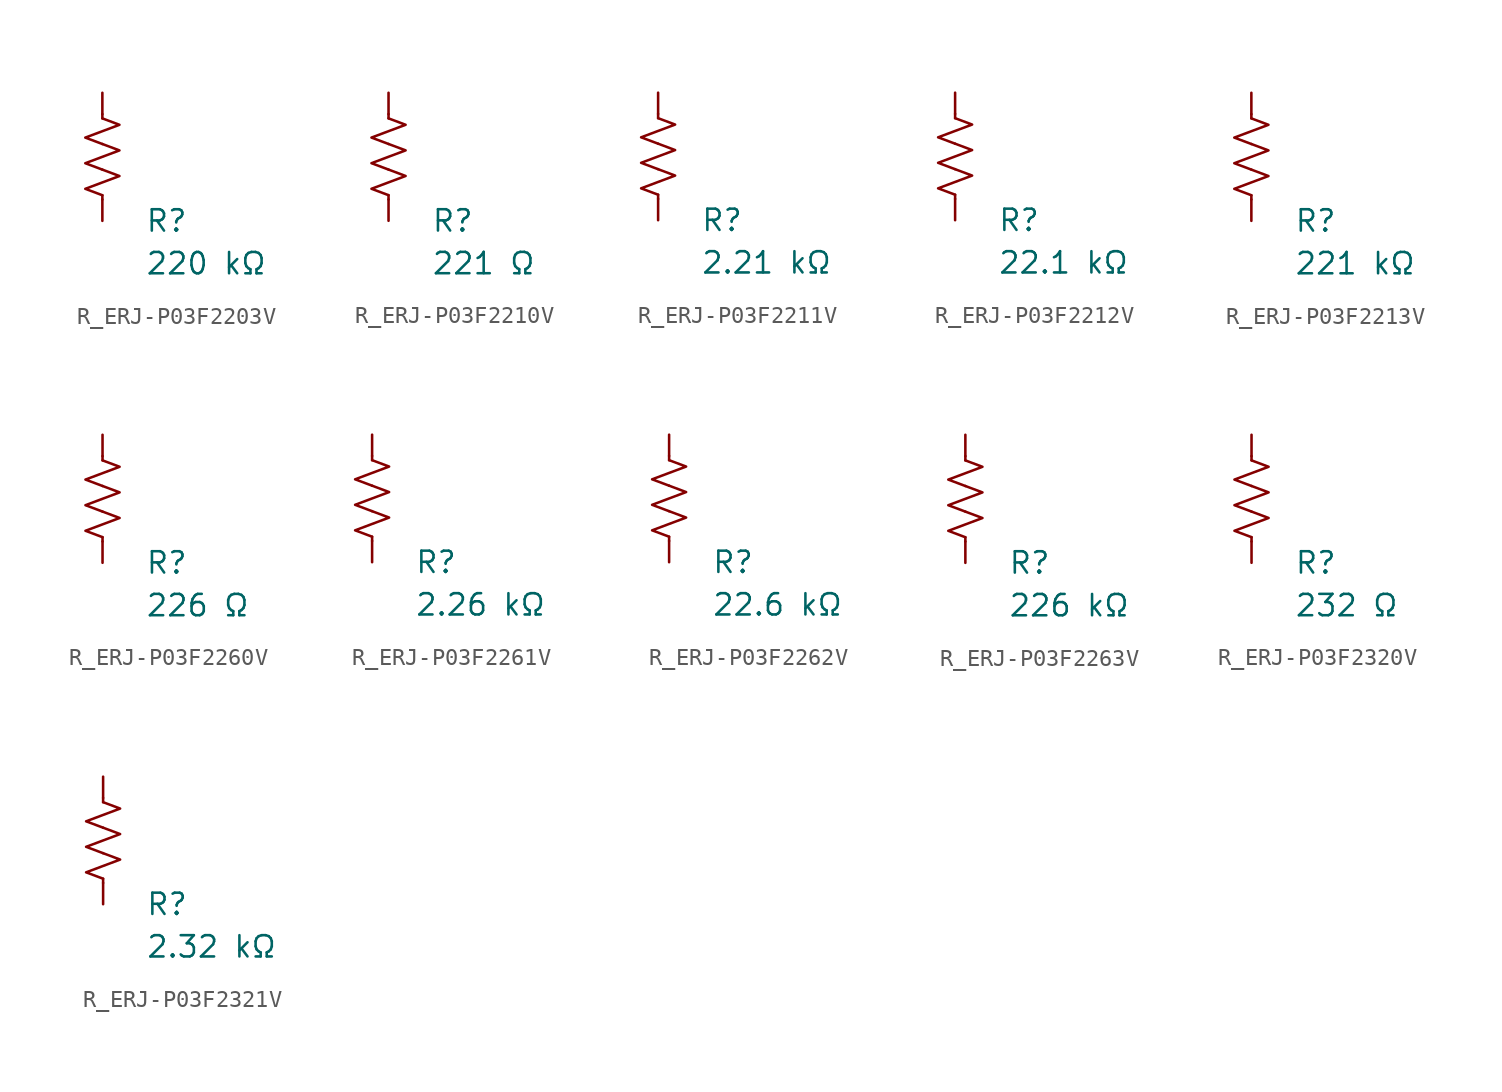
<source format=kicad_sym>
(kicad_symbol_lib
  (version 20231120)
  (generator "kicad_symbol_editor")
  (generator_version "8.0")
  (symbol "R_ERJ-P03F2203V"
    (pin_numbers hide)
    (pin_names
      (offset 0))
    (property "Reference" "R"
      (at 2.54 -3.81 0)
      (effects (font (size 1.27 1.27)) (justify left))
      (show_name no))
    (property "Value" "220 kΩ"
      (at 2.54 -6.35 0)
      (effects (font (size 1.27 1.27)) (justify left))
      (show_name no))
    (symbol "R_ERJ-P03F2203V_0_1"
      (polyline (pts (xy 0 -2.286) (xy 0 -2.54)) (stroke (width 0) (type default)) (fill (type none)))
      (polyline (pts (xy 0 2.286) (xy 0 2.54)) (stroke (width 0) (type default)) (fill (type none)))
      (polyline (pts (xy 0 -0.762) (xy 1.016 -1.143) (xy 0 -1.524) (xy -1.016 -1.905) (xy 0 -2.286)) (stroke (width 0) (type default)) (fill (type none)))
      (polyline (pts (xy 0 0.762) (xy 1.016 0.381) (xy 0 0) (xy -1.016 -0.381) (xy 0 -0.762)) (stroke (width 0) (type default)) (fill (type none)))
      (polyline (pts (xy 0 2.286) (xy 1.016 1.905) (xy 0 1.524) (xy -1.016 1.143) (xy 0 0.762)) (stroke (width 0) (type default)) (fill (type none))))
    (symbol "R_ERJ-P03F2203V_1_1"
      (pin passive line (at 0 3.81 270) (length 1.27) (name "~" (effects (font (size 1.27 1.27)))) (number "1" (effects (font (size 1.27 1.27)))))
      (pin passive line (at 0 -3.81 90) (length 1.27) (name "~" (effects (font (size 1.27 1.27)))) (number "2" (effects (font (size 1.27 1.27)))))))
  (symbol "R_ERJ-P03F2210V"
    (pin_numbers hide)
    (pin_names
      (offset 0))
    (property "Reference" "R"
      (at 2.54 -3.81 0)
      (effects (font (size 1.27 1.27)) (justify left))
      (show_name no))
    (property "Value" "221 Ω"
      (at 2.54 -6.35 0)
      (effects (font (size 1.27 1.27)) (justify left))
      (show_name no))
    (symbol "R_ERJ-P03F2210V_0_1"
      (polyline (pts (xy 0 -2.286) (xy 0 -2.54)) (stroke (width 0) (type default)) (fill (type none)))
      (polyline (pts (xy 0 2.286) (xy 0 2.54)) (stroke (width 0) (type default)) (fill (type none)))
      (polyline (pts (xy 0 -0.762) (xy 1.016 -1.143) (xy 0 -1.524) (xy -1.016 -1.905) (xy 0 -2.286)) (stroke (width 0) (type default)) (fill (type none)))
      (polyline (pts (xy 0 0.762) (xy 1.016 0.381) (xy 0 0) (xy -1.016 -0.381) (xy 0 -0.762)) (stroke (width 0) (type default)) (fill (type none)))
      (polyline (pts (xy 0 2.286) (xy 1.016 1.905) (xy 0 1.524) (xy -1.016 1.143) (xy 0 0.762)) (stroke (width 0) (type default)) (fill (type none))))
    (symbol "R_ERJ-P03F2210V_1_1"
      (pin passive line (at 0 3.81 270) (length 1.27) (name "~" (effects (font (size 1.27 1.27)))) (number "1" (effects (font (size 1.27 1.27)))))
      (pin passive line (at 0 -3.81 90) (length 1.27) (name "~" (effects (font (size 1.27 1.27)))) (number "2" (effects (font (size 1.27 1.27)))))))
  (symbol "R_ERJ-P03F2211V"
    (pin_numbers hide)
    (pin_names
      (offset 0))
    (property "Reference" "R"
      (at 2.54 -3.81 0)
      (effects (font (size 1.27 1.27)) (justify left))
      (show_name no))
    (property "Value" "2.21 kΩ"
      (at 2.54 -6.35 0)
      (effects (font (size 1.27 1.27)) (justify left))
      (show_name no))
    (symbol "R_ERJ-P03F2211V_0_1"
      (polyline (pts (xy 0 -2.286) (xy 0 -2.54)) (stroke (width 0) (type default)) (fill (type none)))
      (polyline (pts (xy 0 2.286) (xy 0 2.54)) (stroke (width 0) (type default)) (fill (type none)))
      (polyline (pts (xy 0 -0.762) (xy 1.016 -1.143) (xy 0 -1.524) (xy -1.016 -1.905) (xy 0 -2.286)) (stroke (width 0) (type default)) (fill (type none)))
      (polyline (pts (xy 0 0.762) (xy 1.016 0.381) (xy 0 0) (xy -1.016 -0.381) (xy 0 -0.762)) (stroke (width 0) (type default)) (fill (type none)))
      (polyline (pts (xy 0 2.286) (xy 1.016 1.905) (xy 0 1.524) (xy -1.016 1.143) (xy 0 0.762)) (stroke (width 0) (type default)) (fill (type none))))
    (symbol "R_ERJ-P03F2211V_1_1"
      (pin passive line (at 0 3.81 270) (length 1.27) (name "~" (effects (font (size 1.27 1.27)))) (number "1" (effects (font (size 1.27 1.27)))))
      (pin passive line (at 0 -3.81 90) (length 1.27) (name "~" (effects (font (size 1.27 1.27)))) (number "2" (effects (font (size 1.27 1.27)))))))
  (symbol "R_ERJ-P03F2212V"
    (pin_numbers hide)
    (pin_names
      (offset 0))
    (property "Reference" "R"
      (at 2.54 -3.81 0)
      (effects (font (size 1.27 1.27)) (justify left))
      (show_name no))
    (property "Value" "22.1 kΩ"
      (at 2.54 -6.35 0)
      (effects (font (size 1.27 1.27)) (justify left))
      (show_name no))
    (symbol "R_ERJ-P03F2212V_0_1"
      (polyline (pts (xy 0 -2.286) (xy 0 -2.54)) (stroke (width 0) (type default)) (fill (type none)))
      (polyline (pts (xy 0 2.286) (xy 0 2.54)) (stroke (width 0) (type default)) (fill (type none)))
      (polyline (pts (xy 0 -0.762) (xy 1.016 -1.143) (xy 0 -1.524) (xy -1.016 -1.905) (xy 0 -2.286)) (stroke (width 0) (type default)) (fill (type none)))
      (polyline (pts (xy 0 0.762) (xy 1.016 0.381) (xy 0 0) (xy -1.016 -0.381) (xy 0 -0.762)) (stroke (width 0) (type default)) (fill (type none)))
      (polyline (pts (xy 0 2.286) (xy 1.016 1.905) (xy 0 1.524) (xy -1.016 1.143) (xy 0 0.762)) (stroke (width 0) (type default)) (fill (type none))))
    (symbol "R_ERJ-P03F2212V_1_1"
      (pin passive line (at 0 3.81 270) (length 1.27) (name "~" (effects (font (size 1.27 1.27)))) (number "1" (effects (font (size 1.27 1.27)))))
      (pin passive line (at 0 -3.81 90) (length 1.27) (name "~" (effects (font (size 1.27 1.27)))) (number "2" (effects (font (size 1.27 1.27)))))))
  (symbol "R_ERJ-P03F2213V"
    (pin_numbers hide)
    (pin_names
      (offset 0))
    (property "Reference" "R"
      (at 2.54 -3.81 0)
      (effects (font (size 1.27 1.27)) (justify left))
      (show_name no))
    (property "Value" "221 kΩ"
      (at 2.54 -6.35 0)
      (effects (font (size 1.27 1.27)) (justify left))
      (show_name no))
    (symbol "R_ERJ-P03F2213V_0_1"
      (polyline (pts (xy 0 -2.286) (xy 0 -2.54)) (stroke (width 0) (type default)) (fill (type none)))
      (polyline (pts (xy 0 2.286) (xy 0 2.54)) (stroke (width 0) (type default)) (fill (type none)))
      (polyline (pts (xy 0 -0.762) (xy 1.016 -1.143) (xy 0 -1.524) (xy -1.016 -1.905) (xy 0 -2.286)) (stroke (width 0) (type default)) (fill (type none)))
      (polyline (pts (xy 0 0.762) (xy 1.016 0.381) (xy 0 0) (xy -1.016 -0.381) (xy 0 -0.762)) (stroke (width 0) (type default)) (fill (type none)))
      (polyline (pts (xy 0 2.286) (xy 1.016 1.905) (xy 0 1.524) (xy -1.016 1.143) (xy 0 0.762)) (stroke (width 0) (type default)) (fill (type none))))
    (symbol "R_ERJ-P03F2213V_1_1"
      (pin passive line (at 0 3.81 270) (length 1.27) (name "~" (effects (font (size 1.27 1.27)))) (number "1" (effects (font (size 1.27 1.27)))))
      (pin passive line (at 0 -3.81 90) (length 1.27) (name "~" (effects (font (size 1.27 1.27)))) (number "2" (effects (font (size 1.27 1.27)))))))
  (symbol "R_ERJ-P03F2260V"
    (pin_numbers hide)
    (pin_names
      (offset 0))
    (property "Reference" "R"
      (at 2.54 -3.81 0)
      (effects (font (size 1.27 1.27)) (justify left))
      (show_name no))
    (property "Value" "226 Ω"
      (at 2.54 -6.35 0)
      (effects (font (size 1.27 1.27)) (justify left))
      (show_name no))
    (symbol "R_ERJ-P03F2260V_0_1"
      (polyline (pts (xy 0 -2.286) (xy 0 -2.54)) (stroke (width 0) (type default)) (fill (type none)))
      (polyline (pts (xy 0 2.286) (xy 0 2.54)) (stroke (width 0) (type default)) (fill (type none)))
      (polyline (pts (xy 0 -0.762) (xy 1.016 -1.143) (xy 0 -1.524) (xy -1.016 -1.905) (xy 0 -2.286)) (stroke (width 0) (type default)) (fill (type none)))
      (polyline (pts (xy 0 0.762) (xy 1.016 0.381) (xy 0 0) (xy -1.016 -0.381) (xy 0 -0.762)) (stroke (width 0) (type default)) (fill (type none)))
      (polyline (pts (xy 0 2.286) (xy 1.016 1.905) (xy 0 1.524) (xy -1.016 1.143) (xy 0 0.762)) (stroke (width 0) (type default)) (fill (type none))))
    (symbol "R_ERJ-P03F2260V_1_1"
      (pin passive line (at 0 3.81 270) (length 1.27) (name "~" (effects (font (size 1.27 1.27)))) (number "1" (effects (font (size 1.27 1.27)))))
      (pin passive line (at 0 -3.81 90) (length 1.27) (name "~" (effects (font (size 1.27 1.27)))) (number "2" (effects (font (size 1.27 1.27)))))))
  (symbol "R_ERJ-P03F2261V"
    (pin_numbers hide)
    (pin_names
      (offset 0))
    (property "Reference" "R"
      (at 2.54 -3.81 0)
      (effects (font (size 1.27 1.27)) (justify left))
      (show_name no))
    (property "Value" "2.26 kΩ"
      (at 2.54 -6.35 0)
      (effects (font (size 1.27 1.27)) (justify left))
      (show_name no))
    (symbol "R_ERJ-P03F2261V_0_1"
      (polyline (pts (xy 0 -2.286) (xy 0 -2.54)) (stroke (width 0) (type default)) (fill (type none)))
      (polyline (pts (xy 0 2.286) (xy 0 2.54)) (stroke (width 0) (type default)) (fill (type none)))
      (polyline (pts (xy 0 -0.762) (xy 1.016 -1.143) (xy 0 -1.524) (xy -1.016 -1.905) (xy 0 -2.286)) (stroke (width 0) (type default)) (fill (type none)))
      (polyline (pts (xy 0 0.762) (xy 1.016 0.381) (xy 0 0) (xy -1.016 -0.381) (xy 0 -0.762)) (stroke (width 0) (type default)) (fill (type none)))
      (polyline (pts (xy 0 2.286) (xy 1.016 1.905) (xy 0 1.524) (xy -1.016 1.143) (xy 0 0.762)) (stroke (width 0) (type default)) (fill (type none))))
    (symbol "R_ERJ-P03F2261V_1_1"
      (pin passive line (at 0 3.81 270) (length 1.27) (name "~" (effects (font (size 1.27 1.27)))) (number "1" (effects (font (size 1.27 1.27)))))
      (pin passive line (at 0 -3.81 90) (length 1.27) (name "~" (effects (font (size 1.27 1.27)))) (number "2" (effects (font (size 1.27 1.27)))))))
  (symbol "R_ERJ-P03F2262V"
    (pin_numbers hide)
    (pin_names
      (offset 0))
    (property "Reference" "R"
      (at 2.54 -3.81 0)
      (effects (font (size 1.27 1.27)) (justify left))
      (show_name no))
    (property "Value" "22.6 kΩ"
      (at 2.54 -6.35 0)
      (effects (font (size 1.27 1.27)) (justify left))
      (show_name no))
    (symbol "R_ERJ-P03F2262V_0_1"
      (polyline (pts (xy 0 -2.286) (xy 0 -2.54)) (stroke (width 0) (type default)) (fill (type none)))
      (polyline (pts (xy 0 2.286) (xy 0 2.54)) (stroke (width 0) (type default)) (fill (type none)))
      (polyline (pts (xy 0 -0.762) (xy 1.016 -1.143) (xy 0 -1.524) (xy -1.016 -1.905) (xy 0 -2.286)) (stroke (width 0) (type default)) (fill (type none)))
      (polyline (pts (xy 0 0.762) (xy 1.016 0.381) (xy 0 0) (xy -1.016 -0.381) (xy 0 -0.762)) (stroke (width 0) (type default)) (fill (type none)))
      (polyline (pts (xy 0 2.286) (xy 1.016 1.905) (xy 0 1.524) (xy -1.016 1.143) (xy 0 0.762)) (stroke (width 0) (type default)) (fill (type none))))
    (symbol "R_ERJ-P03F2262V_1_1"
      (pin passive line (at 0 3.81 270) (length 1.27) (name "~" (effects (font (size 1.27 1.27)))) (number "1" (effects (font (size 1.27 1.27)))))
      (pin passive line (at 0 -3.81 90) (length 1.27) (name "~" (effects (font (size 1.27 1.27)))) (number "2" (effects (font (size 1.27 1.27)))))))
  (symbol "R_ERJ-P03F2263V"
    (pin_numbers hide)
    (pin_names
      (offset 0))
    (property "Reference" "R"
      (at 2.54 -3.81 0)
      (effects (font (size 1.27 1.27)) (justify left))
      (show_name no))
    (property "Value" "226 kΩ"
      (at 2.54 -6.35 0)
      (effects (font (size 1.27 1.27)) (justify left))
      (show_name no))
    (symbol "R_ERJ-P03F2263V_0_1"
      (polyline (pts (xy 0 -2.286) (xy 0 -2.54)) (stroke (width 0) (type default)) (fill (type none)))
      (polyline (pts (xy 0 2.286) (xy 0 2.54)) (stroke (width 0) (type default)) (fill (type none)))
      (polyline (pts (xy 0 -0.762) (xy 1.016 -1.143) (xy 0 -1.524) (xy -1.016 -1.905) (xy 0 -2.286)) (stroke (width 0) (type default)) (fill (type none)))
      (polyline (pts (xy 0 0.762) (xy 1.016 0.381) (xy 0 0) (xy -1.016 -0.381) (xy 0 -0.762)) (stroke (width 0) (type default)) (fill (type none)))
      (polyline (pts (xy 0 2.286) (xy 1.016 1.905) (xy 0 1.524) (xy -1.016 1.143) (xy 0 0.762)) (stroke (width 0) (type default)) (fill (type none))))
    (symbol "R_ERJ-P03F2263V_1_1"
      (pin passive line (at 0 3.81 270) (length 1.27) (name "~" (effects (font (size 1.27 1.27)))) (number "1" (effects (font (size 1.27 1.27)))))
      (pin passive line (at 0 -3.81 90) (length 1.27) (name "~" (effects (font (size 1.27 1.27)))) (number "2" (effects (font (size 1.27 1.27)))))))
  (symbol "R_ERJ-P03F2320V"
    (pin_numbers hide)
    (pin_names
      (offset 0))
    (property "Reference" "R"
      (at 2.54 -3.81 0)
      (effects (font (size 1.27 1.27)) (justify left))
      (show_name no))
    (property "Value" "232 Ω"
      (at 2.54 -6.35 0)
      (effects (font (size 1.27 1.27)) (justify left))
      (show_name no))
    (symbol "R_ERJ-P03F2320V_0_1"
      (polyline (pts (xy 0 -2.286) (xy 0 -2.54)) (stroke (width 0) (type default)) (fill (type none)))
      (polyline (pts (xy 0 2.286) (xy 0 2.54)) (stroke (width 0) (type default)) (fill (type none)))
      (polyline (pts (xy 0 -0.762) (xy 1.016 -1.143) (xy 0 -1.524) (xy -1.016 -1.905) (xy 0 -2.286)) (stroke (width 0) (type default)) (fill (type none)))
      (polyline (pts (xy 0 0.762) (xy 1.016 0.381) (xy 0 0) (xy -1.016 -0.381) (xy 0 -0.762)) (stroke (width 0) (type default)) (fill (type none)))
      (polyline (pts (xy 0 2.286) (xy 1.016 1.905) (xy 0 1.524) (xy -1.016 1.143) (xy 0 0.762)) (stroke (width 0) (type default)) (fill (type none))))
    (symbol "R_ERJ-P03F2320V_1_1"
      (pin passive line (at 0 3.81 270) (length 1.27) (name "~" (effects (font (size 1.27 1.27)))) (number "1" (effects (font (size 1.27 1.27)))))
      (pin passive line (at 0 -3.81 90) (length 1.27) (name "~" (effects (font (size 1.27 1.27)))) (number "2" (effects (font (size 1.27 1.27)))))))
  (symbol "R_ERJ-P03F2321V"
    (pin_numbers hide)
    (pin_names
      (offset 0))
    (property "Reference" "R"
      (at 2.54 -3.81 0)
      (effects (font (size 1.27 1.27)) (justify left))
      (show_name no))
    (property "Value" "2.32 kΩ"
      (at 2.54 -6.35 0)
      (effects (font (size 1.27 1.27)) (justify left))
      (show_name no))
    (symbol "R_ERJ-P03F2321V_0_1"
      (polyline (pts (xy 0 -2.286) (xy 0 -2.54)) (stroke (width 0) (type default)) (fill (type none)))
      (polyline (pts (xy 0 2.286) (xy 0 2.54)) (stroke (width 0) (type default)) (fill (type none)))
      (polyline (pts (xy 0 -0.762) (xy 1.016 -1.143) (xy 0 -1.524) (xy -1.016 -1.905) (xy 0 -2.286)) (stroke (width 0) (type default)) (fill (type none)))
      (polyline (pts (xy 0 0.762) (xy 1.016 0.381) (xy 0 0) (xy -1.016 -0.381) (xy 0 -0.762)) (stroke (width 0) (type default)) (fill (type none)))
      (polyline (pts (xy 0 2.286) (xy 1.016 1.905) (xy 0 1.524) (xy -1.016 1.143) (xy 0 0.762)) (stroke (width 0) (type default)) (fill (type none))))
    (symbol "R_ERJ-P03F2321V_1_1"
      (pin passive line (at 0 3.81 270) (length 1.27) (name "~" (effects (font (size 1.27 1.27)))) (number "1" (effects (font (size 1.27 1.27)))))
      (pin passive line (at 0 -3.81 90) (length 1.27) (name "~" (effects (font (size 1.27 1.27)))) (number "2" (effects (font (size 1.27 1.27))))))))
</source>
